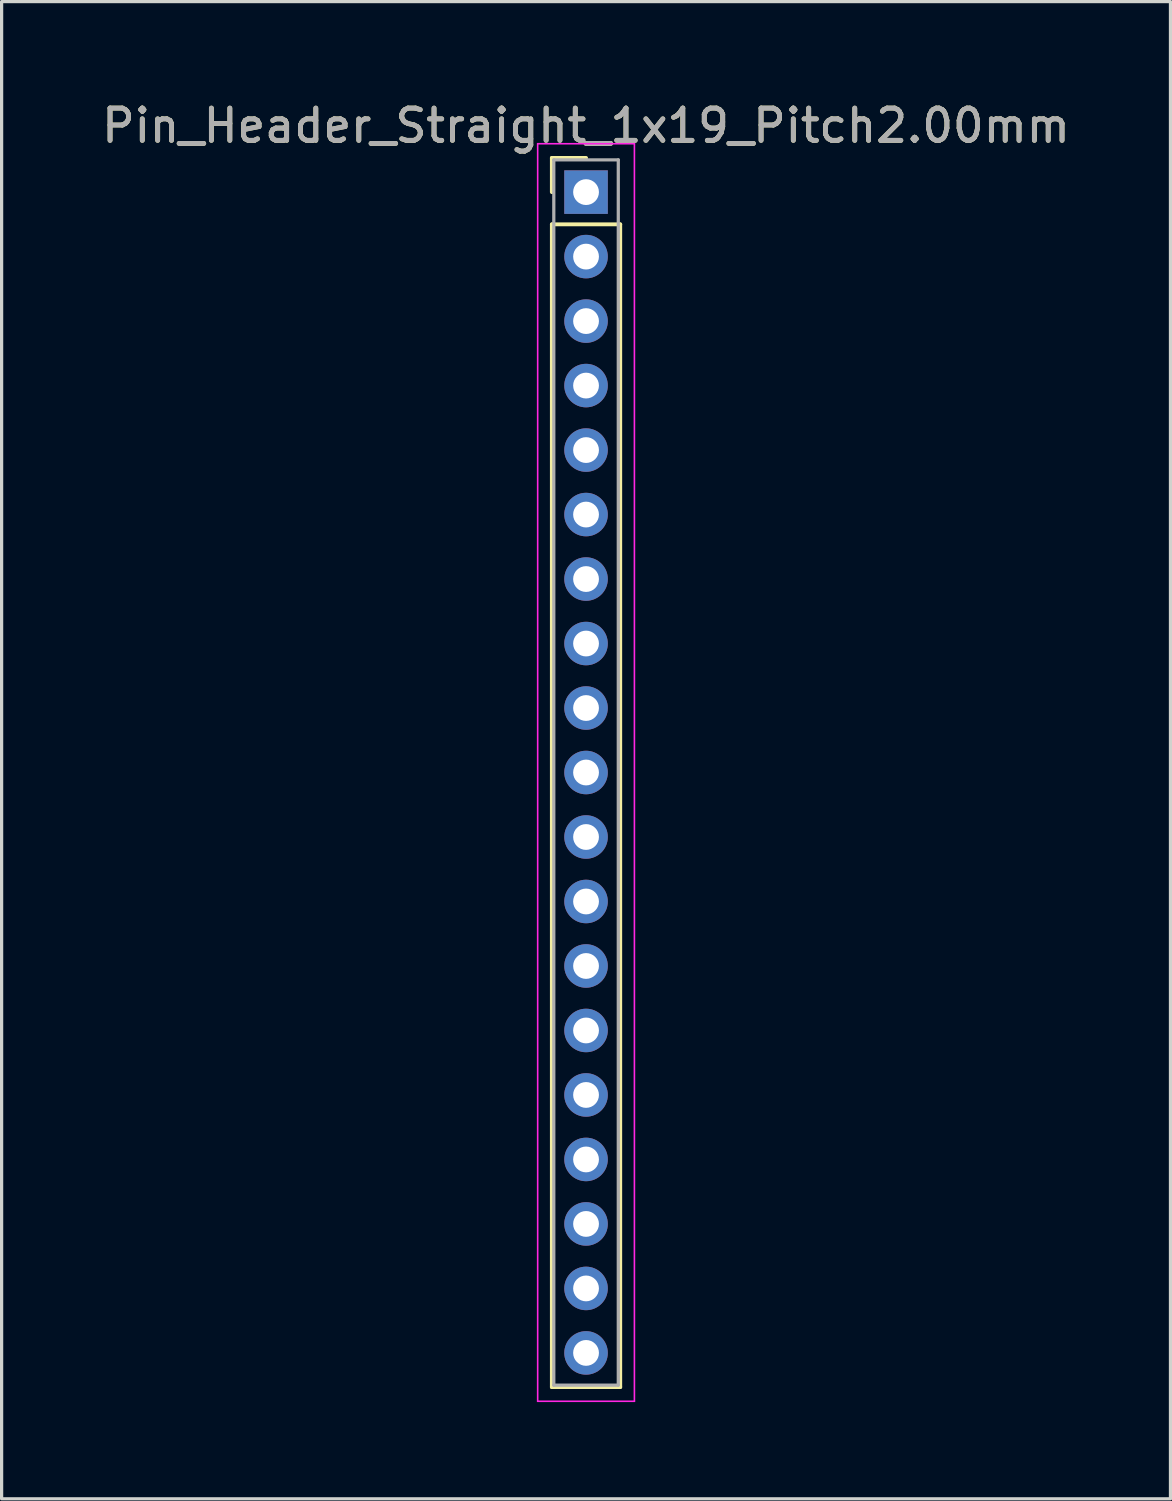
<source format=kicad_pcb>
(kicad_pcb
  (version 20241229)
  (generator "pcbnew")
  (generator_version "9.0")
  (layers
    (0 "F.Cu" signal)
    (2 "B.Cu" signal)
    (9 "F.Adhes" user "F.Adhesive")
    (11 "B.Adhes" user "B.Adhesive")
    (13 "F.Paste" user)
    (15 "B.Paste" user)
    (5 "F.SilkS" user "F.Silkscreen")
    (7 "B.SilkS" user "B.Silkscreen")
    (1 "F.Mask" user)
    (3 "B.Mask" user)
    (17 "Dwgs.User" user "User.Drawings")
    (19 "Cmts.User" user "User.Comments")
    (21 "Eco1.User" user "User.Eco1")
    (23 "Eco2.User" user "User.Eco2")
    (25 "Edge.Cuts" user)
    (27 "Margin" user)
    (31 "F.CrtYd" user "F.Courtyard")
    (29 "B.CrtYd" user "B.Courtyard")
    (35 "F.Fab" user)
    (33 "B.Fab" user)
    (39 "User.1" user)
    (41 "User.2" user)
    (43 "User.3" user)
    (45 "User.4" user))
  (footprint "Pin_Header_Straight_1x19_Pitch2.00mm"
    (layer "F.Cu")
    (at 15.125 2.908)
    (property "Reference" "Pin_Header_Straight_1x19_Pitch2.00mm" (at 0 -2.06 0) (layer "F.SilkS") (effects (font (size 1 1) (thickness 0.15))))
    (attr through_hole)
    (fp_line (start -1.06 -1.06) (end 0 -1.06) (stroke (width 0.12) (type solid)) (layer "F.SilkS"))
    (fp_line (start -1.06 0) (end -1.06 -1.06) (stroke (width 0.12) (type solid)) (layer "F.SilkS"))
    (fp_line (start -1.06 1) (end -1.06 37.06) (stroke (width 0.12) (type solid)) (layer "F.SilkS"))
    (fp_line (start -1.06 37.06) (end 1.06 37.06) (stroke (width 0.12) (type solid)) (layer "F.SilkS"))
    (fp_line (start 1.06 1) (end -1.06 1) (stroke (width 0.12) (type solid)) (layer "F.SilkS"))
    (fp_line (start 1.06 37.06) (end 1.06 1) (stroke (width 0.12) (type solid)) (layer "F.SilkS"))
    (fp_line (start -1.5 -1.5) (end -1.5 37.5) (stroke (width 0.05) (type solid)) (layer "F.CrtYd"))
    (fp_line (start -1.5 37.5) (end 1.5 37.5) (stroke (width 0.05) (type solid)) (layer "F.CrtYd"))
    (fp_line (start 1.5 -1.5) (end -1.5 -1.5) (stroke (width 0.05) (type solid)) (layer "F.CrtYd"))
    (fp_line (start 1.5 37.5) (end 1.5 -1.5) (stroke (width 0.05) (type solid)) (layer "F.CrtYd"))
    (fp_line (start -1 -1) (end -1 37) (stroke (width 0.1) (type solid)) (layer "F.Fab"))
    (fp_line (start -1 37) (end 1 37) (stroke (width 0.1) (type solid)) (layer "F.Fab"))
    (fp_line (start 1 -1) (end -1 -1) (stroke (width 0.1) (type solid)) (layer "F.Fab"))
    (fp_line (start 1 37) (end 1 -1) (stroke (width 0.1) (type solid)) (layer "F.Fab"))
    (fp_text user "${REFERENCE}" (at 0 -2.06 0) (layer "F.Fab") (effects (font (size 1 1) (thickness 0.15))))
    (pad "1" thru_hole rect (at 0 0) (size 1.35 1.35) (drill 0.8) (layers "*.Cu" "*.Mask"))
    (pad "2" thru_hole oval (at 0 2) (size 1.35 1.35) (drill 0.8) (layers "*.Cu" "*.Mask"))
    (pad "3" thru_hole oval (at 0 4) (size 1.35 1.35) (drill 0.8) (layers "*.Cu" "*.Mask"))
    (pad "4" thru_hole oval (at 0 6) (size 1.35 1.35) (drill 0.8) (layers "*.Cu" "*.Mask"))
    (pad "5" thru_hole oval (at 0 8) (size 1.35 1.35) (drill 0.8) (layers "*.Cu" "*.Mask"))
    (pad "6" thru_hole oval (at 0 10) (size 1.35 1.35) (drill 0.8) (layers "*.Cu" "*.Mask"))
    (pad "7" thru_hole oval (at 0 12) (size 1.35 1.35) (drill 0.8) (layers "*.Cu" "*.Mask"))
    (pad "8" thru_hole oval (at 0 14) (size 1.35 1.35) (drill 0.8) (layers "*.Cu" "*.Mask"))
    (pad "9" thru_hole oval (at 0 16) (size 1.35 1.35) (drill 0.8) (layers "*.Cu" "*.Mask"))
    (pad "10" thru_hole oval (at 0 18) (size 1.35 1.35) (drill 0.8) (layers "*.Cu" "*.Mask"))
    (pad "11" thru_hole oval (at 0 20) (size 1.35 1.35) (drill 0.8) (layers "*.Cu" "*.Mask"))
    (pad "12" thru_hole oval (at 0 22) (size 1.35 1.35) (drill 0.8) (layers "*.Cu" "*.Mask"))
    (pad "13" thru_hole oval (at 0 24) (size 1.35 1.35) (drill 0.8) (layers "*.Cu" "*.Mask"))
    (pad "14" thru_hole oval (at 0 26) (size 1.35 1.35) (drill 0.8) (layers "*.Cu" "*.Mask"))
    (pad "15" thru_hole oval (at 0 28) (size 1.35 1.35) (drill 0.8) (layers "*.Cu" "*.Mask"))
    (pad "16" thru_hole oval (at 0 30) (size 1.35 1.35) (drill 0.8) (layers "*.Cu" "*.Mask"))
    (pad "17" thru_hole oval (at 0 32) (size 1.35 1.35) (drill 0.8) (layers "*.Cu" "*.Mask"))
    (pad "18" thru_hole oval (at 0 34) (size 1.35 1.35) (drill 0.8) (layers "*.Cu" "*.Mask"))
    (pad "19" thru_hole oval (at 0 36) (size 1.35 1.35) (drill 0.8) (layers "*.Cu" "*.Mask")))
  (gr_rect
    (start -3 -3)
    (end 33.25 43.433)
    (stroke (width 0.1) (type default))
    (fill no)
    (layer "Edge.Cuts")))
</source>
